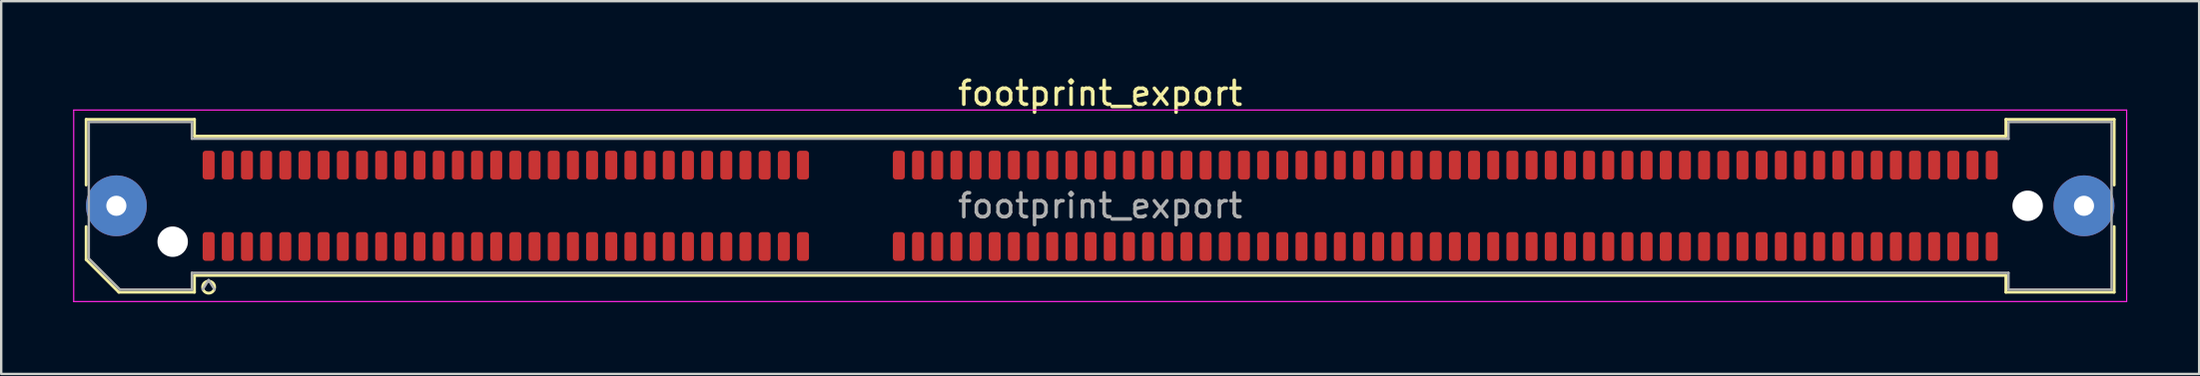
<source format=kicad_pcb>
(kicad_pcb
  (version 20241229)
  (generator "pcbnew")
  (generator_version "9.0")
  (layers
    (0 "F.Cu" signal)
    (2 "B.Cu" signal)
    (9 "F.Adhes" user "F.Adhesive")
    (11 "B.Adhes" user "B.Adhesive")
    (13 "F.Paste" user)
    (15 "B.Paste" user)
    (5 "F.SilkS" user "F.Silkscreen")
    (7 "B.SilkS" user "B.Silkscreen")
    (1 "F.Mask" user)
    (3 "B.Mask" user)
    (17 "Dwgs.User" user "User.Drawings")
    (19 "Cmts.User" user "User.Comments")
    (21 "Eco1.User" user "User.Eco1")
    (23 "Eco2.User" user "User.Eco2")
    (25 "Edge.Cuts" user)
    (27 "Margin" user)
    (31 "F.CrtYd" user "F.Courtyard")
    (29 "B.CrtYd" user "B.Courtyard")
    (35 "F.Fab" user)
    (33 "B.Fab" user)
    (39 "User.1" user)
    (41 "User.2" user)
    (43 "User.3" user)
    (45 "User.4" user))
  (footprint "footprint_export"
    (layer "F.Cu")
    (at 42.855 5.548)
    (property "Reference" "footprint_export" (at 0 -4.7 0) (layer "F.SilkS") (effects (font (size 1 1) (thickness 0.15))))
    (attr smd)
    (fp_line (start -42.31 -3.61) (end -37.79 -3.61) (stroke (width 0.12) (type solid)) (layer "F.SilkS"))
    (fp_line (start -42.31 -0.868) (end -42.31 -3.61) (stroke (width 0.12) (type solid)) (layer "F.SilkS"))
    (fp_line (start -42.31 2.246) (end -42.31 0.868) (stroke (width 0.12) (type solid)) (layer "F.SilkS"))
    (fp_line (start -40.946 3.61) (end -42.31 2.246) (stroke (width 0.12) (type solid)) (layer "F.SilkS"))
    (fp_line (start -37.79 -3.61) (end -37.79 -2.91) (stroke (width 0.12) (type solid)) (layer "F.SilkS"))
    (fp_line (start -37.79 -2.91) (end 37.79 -2.91) (stroke (width 0.12) (type solid)) (layer "F.SilkS"))
    (fp_line (start -37.79 2.91) (end -37.79 3.61) (stroke (width 0.12) (type solid)) (layer "F.SilkS"))
    (fp_line (start -37.79 3.61) (end -40.946 3.61) (stroke (width 0.12) (type solid)) (layer "F.SilkS"))
    (fp_line (start 37.79 -3.61) (end 42.31 -3.61) (stroke (width 0.12) (type solid)) (layer "F.SilkS"))
    (fp_line (start 37.79 -2.91) (end 37.79 -3.61) (stroke (width 0.12) (type solid)) (layer "F.SilkS"))
    (fp_line (start 37.79 2.91) (end -37.79 2.91) (stroke (width 0.12) (type solid)) (layer "F.SilkS"))
    (fp_line (start 37.79 3.61) (end 37.79 2.91) (stroke (width 0.12) (type solid)) (layer "F.SilkS"))
    (fp_line (start 42.31 -3.61) (end 42.31 -0.868) (stroke (width 0.12) (type solid)) (layer "F.SilkS"))
    (fp_line (start 42.31 0.868) (end 42.31 3.61) (stroke (width 0.12) (type solid)) (layer "F.SilkS"))
    (fp_line (start 42.31 3.61) (end 37.79 3.61) (stroke (width 0.12) (type solid)) (layer "F.SilkS"))
    (fp_arc (start -36.95 3.4) (mid -37.45 3.4) (end -36.95 3.4) (stroke (width 0.12) (type solid)) (layer "F.SilkS"))
    (fp_line (start -42.83 -4) (end -42.83 4) (stroke (width 0.05) (type solid)) (layer "F.CrtYd"))
    (fp_line (start -42.83 4) (end 42.83 4) (stroke (width 0.05) (type solid)) (layer "F.CrtYd"))
    (fp_line (start 42.83 -4) (end -42.83 -4) (stroke (width 0.05) (type solid)) (layer "F.CrtYd"))
    (fp_line (start 42.83 4) (end 42.83 -4) (stroke (width 0.05) (type solid)) (layer "F.CrtYd"))
    (fp_line (start -42.2 -3.5) (end -37.9 -3.5) (stroke (width 0.1) (type solid)) (layer "F.Fab"))
    (fp_line (start -42.2 2.2) (end -42.2 -3.5) (stroke (width 0.1) (type solid)) (layer "F.Fab"))
    (fp_line (start -40.9 3.5) (end -42.2 2.2) (stroke (width 0.1) (type solid)) (layer "F.Fab"))
    (fp_line (start -37.9 -3.5) (end -37.9 -2.8) (stroke (width 0.1) (type solid)) (layer "F.Fab"))
    (fp_line (start -37.9 -2.8) (end 37.9 -2.8) (stroke (width 0.1) (type solid)) (layer "F.Fab"))
    (fp_line (start -37.9 2.8) (end -37.9 3.5) (stroke (width 0.1) (type solid)) (layer "F.Fab"))
    (fp_line (start -37.9 3.5) (end -40.9 3.5) (stroke (width 0.1) (type solid)) (layer "F.Fab"))
    (fp_line (start -37.2 3.1) (end -37.45 3.5) (stroke (width 0.1) (type solid)) (layer "F.Fab"))
    (fp_line (start -37.2 3.1) (end -36.95 3.5) (stroke (width 0.1) (type solid)) (layer "F.Fab"))
    (fp_line (start 37.9 -3.5) (end 42.2 -3.5) (stroke (width 0.1) (type solid)) (layer "F.Fab"))
    (fp_line (start 37.9 -2.8) (end 37.9 -3.5) (stroke (width 0.1) (type solid)) (layer "F.Fab"))
    (fp_line (start 37.9 2.8) (end -37.9 2.8) (stroke (width 0.1) (type solid)) (layer "F.Fab"))
    (fp_line (start 37.9 3.5) (end 37.9 2.8) (stroke (width 0.1) (type solid)) (layer "F.Fab"))
    (fp_line (start 42.2 -3.5) (end 42.2 3.5) (stroke (width 0.1) (type solid)) (layer "F.Fab"))
    (fp_line (start 42.2 3.5) (end 37.9 3.5) (stroke (width 0.1) (type solid)) (layer "F.Fab"))
    (fp_text user "${REFERENCE}" (at 0 0 0) (layer "F.Fab") (effects (font (size 1 1) (thickness 0.15))))
    (pad "" thru_hole circle (at -41.05 0) (size 2.54 2.54) (drill 0.84) (layers "*.Cu" "*.Mask" "F.Paste"))
    (pad "" np_thru_hole circle (at -38.7 1.5) (size 1.27 1.27) (drill 1.27) (layers "*.Cu" "*.Mask"))
    (pad "" np_thru_hole circle (at 38.7 0) (size 1.27 1.27) (drill 1.27) (layers "*.Cu" "*.Mask"))
    (pad "" thru_hole circle (at 41.05 0) (size 2.54 2.54) (drill 0.84) (layers "*.Cu" "*.Mask" "F.Paste"))
    (pad "1" smd roundrect (at -37.2 1.7) (size 0.5 1.2) (layers "F.Cu" "F.Mask" "F.Paste") (roundrect_rratio 0.25))
    (pad "2" smd roundrect (at -37.2 -1.7) (size 0.5 1.2) (layers "F.Cu" "F.Mask" "F.Paste") (roundrect_rratio 0.25))
    (pad "3" smd roundrect (at -36.4 1.7) (size 0.5 1.2) (layers "F.Cu" "F.Mask" "F.Paste") (roundrect_rratio 0.25))
    (pad "4" smd roundrect (at -36.4 -1.7) (size 0.5 1.2) (layers "F.Cu" "F.Mask" "F.Paste") (roundrect_rratio 0.25))
    (pad "5" smd roundrect (at -35.6 1.7) (size 0.5 1.2) (layers "F.Cu" "F.Mask" "F.Paste") (roundrect_rratio 0.25))
    (pad "6" smd roundrect (at -35.6 -1.7) (size 0.5 1.2) (layers "F.Cu" "F.Mask" "F.Paste") (roundrect_rratio 0.25))
    (pad "7" smd roundrect (at -34.8 1.7) (size 0.5 1.2) (layers "F.Cu" "F.Mask" "F.Paste") (roundrect_rratio 0.25))
    (pad "8" smd roundrect (at -34.8 -1.7) (size 0.5 1.2) (layers "F.Cu" "F.Mask" "F.Paste") (roundrect_rratio 0.25))
    (pad "9" smd roundrect (at -34 1.7) (size 0.5 1.2) (layers "F.Cu" "F.Mask" "F.Paste") (roundrect_rratio 0.25))
    (pad "10" smd roundrect (at -34 -1.7) (size 0.5 1.2) (layers "F.Cu" "F.Mask" "F.Paste") (roundrect_rratio 0.25))
    (pad "11" smd roundrect (at -33.2 1.7) (size 0.5 1.2) (layers "F.Cu" "F.Mask" "F.Paste") (roundrect_rratio 0.25))
    (pad "12" smd roundrect (at -33.2 -1.7) (size 0.5 1.2) (layers "F.Cu" "F.Mask" "F.Paste") (roundrect_rratio 0.25))
    (pad "13" smd roundrect (at -32.4 1.7) (size 0.5 1.2) (layers "F.Cu" "F.Mask" "F.Paste") (roundrect_rratio 0.25))
    (pad "14" smd roundrect (at -32.4 -1.7) (size 0.5 1.2) (layers "F.Cu" "F.Mask" "F.Paste") (roundrect_rratio 0.25))
    (pad "15" smd roundrect (at -31.6 1.7) (size 0.5 1.2) (layers "F.Cu" "F.Mask" "F.Paste") (roundrect_rratio 0.25))
    (pad "16" smd roundrect (at -31.6 -1.7) (size 0.5 1.2) (layers "F.Cu" "F.Mask" "F.Paste") (roundrect_rratio 0.25))
    (pad "17" smd roundrect (at -30.8 1.7) (size 0.5 1.2) (layers "F.Cu" "F.Mask" "F.Paste") (roundrect_rratio 0.25))
    (pad "18" smd roundrect (at -30.8 -1.7) (size 0.5 1.2) (layers "F.Cu" "F.Mask" "F.Paste") (roundrect_rratio 0.25))
    (pad "19" smd roundrect (at -30 1.7) (size 0.5 1.2) (layers "F.Cu" "F.Mask" "F.Paste") (roundrect_rratio 0.25))
    (pad "20" smd roundrect (at -30 -1.7) (size 0.5 1.2) (layers "F.Cu" "F.Mask" "F.Paste") (roundrect_rratio 0.25))
    (pad "21" smd roundrect (at -29.2 1.7) (size 0.5 1.2) (layers "F.Cu" "F.Mask" "F.Paste") (roundrect_rratio 0.25))
    (pad "22" smd roundrect (at -29.2 -1.7) (size 0.5 1.2) (layers "F.Cu" "F.Mask" "F.Paste") (roundrect_rratio 0.25))
    (pad "23" smd roundrect (at -28.4 1.7) (size 0.5 1.2) (layers "F.Cu" "F.Mask" "F.Paste") (roundrect_rratio 0.25))
    (pad "24" smd roundrect (at -28.4 -1.7) (size 0.5 1.2) (layers "F.Cu" "F.Mask" "F.Paste") (roundrect_rratio 0.25))
    (pad "25" smd roundrect (at -27.6 1.7) (size 0.5 1.2) (layers "F.Cu" "F.Mask" "F.Paste") (roundrect_rratio 0.25))
    (pad "26" smd roundrect (at -27.6 -1.7) (size 0.5 1.2) (layers "F.Cu" "F.Mask" "F.Paste") (roundrect_rratio 0.25))
    (pad "27" smd roundrect (at -26.8 1.7) (size 0.5 1.2) (layers "F.Cu" "F.Mask" "F.Paste") (roundrect_rratio 0.25))
    (pad "28" smd roundrect (at -26.8 -1.7) (size 0.5 1.2) (layers "F.Cu" "F.Mask" "F.Paste") (roundrect_rratio 0.25))
    (pad "29" smd roundrect (at -26 1.7) (size 0.5 1.2) (layers "F.Cu" "F.Mask" "F.Paste") (roundrect_rratio 0.25))
    (pad "30" smd roundrect (at -26 -1.7) (size 0.5 1.2) (layers "F.Cu" "F.Mask" "F.Paste") (roundrect_rratio 0.25))
    (pad "31" smd roundrect (at -25.2 1.7) (size 0.5 1.2) (layers "F.Cu" "F.Mask" "F.Paste") (roundrect_rratio 0.25))
    (pad "32" smd roundrect (at -25.2 -1.7) (size 0.5 1.2) (layers "F.Cu" "F.Mask" "F.Paste") (roundrect_rratio 0.25))
    (pad "33" smd roundrect (at -24.4 1.7) (size 0.5 1.2) (layers "F.Cu" "F.Mask" "F.Paste") (roundrect_rratio 0.25))
    (pad "34" smd roundrect (at -24.4 -1.7) (size 0.5 1.2) (layers "F.Cu" "F.Mask" "F.Paste") (roundrect_rratio 0.25))
    (pad "35" smd roundrect (at -23.6 1.7) (size 0.5 1.2) (layers "F.Cu" "F.Mask" "F.Paste") (roundrect_rratio 0.25))
    (pad "36" smd roundrect (at -23.6 -1.7) (size 0.5 1.2) (layers "F.Cu" "F.Mask" "F.Paste") (roundrect_rratio 0.25))
    (pad "37" smd roundrect (at -22.8 1.7) (size 0.5 1.2) (layers "F.Cu" "F.Mask" "F.Paste") (roundrect_rratio 0.25))
    (pad "38" smd roundrect (at -22.8 -1.7) (size 0.5 1.2) (layers "F.Cu" "F.Mask" "F.Paste") (roundrect_rratio 0.25))
    (pad "39" smd roundrect (at -22 1.7) (size 0.5 1.2) (layers "F.Cu" "F.Mask" "F.Paste") (roundrect_rratio 0.25))
    (pad "40" smd roundrect (at -22 -1.7) (size 0.5 1.2) (layers "F.Cu" "F.Mask" "F.Paste") (roundrect_rratio 0.25))
    (pad "41" smd roundrect (at -21.2 1.7) (size 0.5 1.2) (layers "F.Cu" "F.Mask" "F.Paste") (roundrect_rratio 0.25))
    (pad "42" smd roundrect (at -21.2 -1.7) (size 0.5 1.2) (layers "F.Cu" "F.Mask" "F.Paste") (roundrect_rratio 0.25))
    (pad "43" smd roundrect (at -20.4 1.7) (size 0.5 1.2) (layers "F.Cu" "F.Mask" "F.Paste") (roundrect_rratio 0.25))
    (pad "44" smd roundrect (at -20.4 -1.7) (size 0.5 1.2) (layers "F.Cu" "F.Mask" "F.Paste") (roundrect_rratio 0.25))
    (pad "45" smd roundrect (at -19.6 1.7) (size 0.5 1.2) (layers "F.Cu" "F.Mask" "F.Paste") (roundrect_rratio 0.25))
    (pad "46" smd roundrect (at -19.6 -1.7) (size 0.5 1.2) (layers "F.Cu" "F.Mask" "F.Paste") (roundrect_rratio 0.25))
    (pad "47" smd roundrect (at -18.8 1.7) (size 0.5 1.2) (layers "F.Cu" "F.Mask" "F.Paste") (roundrect_rratio 0.25))
    (pad "48" smd roundrect (at -18.8 -1.7) (size 0.5 1.2) (layers "F.Cu" "F.Mask" "F.Paste") (roundrect_rratio 0.25))
    (pad "49" smd roundrect (at -18 1.7) (size 0.5 1.2) (layers "F.Cu" "F.Mask" "F.Paste") (roundrect_rratio 0.25))
    (pad "50" smd roundrect (at -18 -1.7) (size 0.5 1.2) (layers "F.Cu" "F.Mask" "F.Paste") (roundrect_rratio 0.25))
    (pad "51" smd roundrect (at -17.2 1.7) (size 0.5 1.2) (layers "F.Cu" "F.Mask" "F.Paste") (roundrect_rratio 0.25))
    (pad "52" smd roundrect (at -17.2 -1.7) (size 0.5 1.2) (layers "F.Cu" "F.Mask" "F.Paste") (roundrect_rratio 0.25))
    (pad "53" smd roundrect (at -16.4 1.7) (size 0.5 1.2) (layers "F.Cu" "F.Mask" "F.Paste") (roundrect_rratio 0.25))
    (pad "54" smd roundrect (at -16.4 -1.7) (size 0.5 1.2) (layers "F.Cu" "F.Mask" "F.Paste") (roundrect_rratio 0.25))
    (pad "55" smd roundrect (at -15.6 1.7) (size 0.5 1.2) (layers "F.Cu" "F.Mask" "F.Paste") (roundrect_rratio 0.25))
    (pad "56" smd roundrect (at -15.6 -1.7) (size 0.5 1.2) (layers "F.Cu" "F.Mask" "F.Paste") (roundrect_rratio 0.25))
    (pad "57" smd roundrect (at -14.8 1.7) (size 0.5 1.2) (layers "F.Cu" "F.Mask" "F.Paste") (roundrect_rratio 0.25))
    (pad "58" smd roundrect (at -14.8 -1.7) (size 0.5 1.2) (layers "F.Cu" "F.Mask" "F.Paste") (roundrect_rratio 0.25))
    (pad "59" smd roundrect (at -14 1.7) (size 0.5 1.2) (layers "F.Cu" "F.Mask" "F.Paste") (roundrect_rratio 0.25))
    (pad "60" smd roundrect (at -14 -1.7) (size 0.5 1.2) (layers "F.Cu" "F.Mask" "F.Paste") (roundrect_rratio 0.25))
    (pad "61" smd roundrect (at -13.2 1.7) (size 0.5 1.2) (layers "F.Cu" "F.Mask" "F.Paste") (roundrect_rratio 0.25))
    (pad "62" smd roundrect (at -13.2 -1.7) (size 0.5 1.2) (layers "F.Cu" "F.Mask" "F.Paste") (roundrect_rratio 0.25))
    (pad "63" smd roundrect (at -12.4 1.7) (size 0.5 1.2) (layers "F.Cu" "F.Mask" "F.Paste") (roundrect_rratio 0.25))
    (pad "64" smd roundrect (at -12.4 -1.7) (size 0.5 1.2) (layers "F.Cu" "F.Mask" "F.Paste") (roundrect_rratio 0.25))
    (pad "65" smd roundrect (at -8.4 1.7) (size 0.5 1.2) (layers "F.Cu" "F.Mask" "F.Paste") (roundrect_rratio 0.25))
    (pad "66" smd roundrect (at -8.4 -1.7) (size 0.5 1.2) (layers "F.Cu" "F.Mask" "F.Paste") (roundrect_rratio 0.25))
    (pad "67" smd roundrect (at -7.6 1.7) (size 0.5 1.2) (layers "F.Cu" "F.Mask" "F.Paste") (roundrect_rratio 0.25))
    (pad "68" smd roundrect (at -7.6 -1.7) (size 0.5 1.2) (layers "F.Cu" "F.Mask" "F.Paste") (roundrect_rratio 0.25))
    (pad "69" smd roundrect (at -6.8 1.7) (size 0.5 1.2) (layers "F.Cu" "F.Mask" "F.Paste") (roundrect_rratio 0.25))
    (pad "70" smd roundrect (at -6.8 -1.7) (size 0.5 1.2) (layers "F.Cu" "F.Mask" "F.Paste") (roundrect_rratio 0.25))
    (pad "71" smd roundrect (at -6 1.7) (size 0.5 1.2) (layers "F.Cu" "F.Mask" "F.Paste") (roundrect_rratio 0.25))
    (pad "72" smd roundrect (at -6 -1.7) (size 0.5 1.2) (layers "F.Cu" "F.Mask" "F.Paste") (roundrect_rratio 0.25))
    (pad "73" smd roundrect (at -5.2 1.7) (size 0.5 1.2) (layers "F.Cu" "F.Mask" "F.Paste") (roundrect_rratio 0.25))
    (pad "74" smd roundrect (at -5.2 -1.7) (size 0.5 1.2) (layers "F.Cu" "F.Mask" "F.Paste") (roundrect_rratio 0.25))
    (pad "75" smd roundrect (at -4.4 1.7) (size 0.5 1.2) (layers "F.Cu" "F.Mask" "F.Paste") (roundrect_rratio 0.25))
    (pad "76" smd roundrect (at -4.4 -1.7) (size 0.5 1.2) (layers "F.Cu" "F.Mask" "F.Paste") (roundrect_rratio 0.25))
    (pad "77" smd roundrect (at -3.6 1.7) (size 0.5 1.2) (layers "F.Cu" "F.Mask" "F.Paste") (roundrect_rratio 0.25))
    (pad "78" smd roundrect (at -3.6 -1.7) (size 0.5 1.2) (layers "F.Cu" "F.Mask" "F.Paste") (roundrect_rratio 0.25))
    (pad "79" smd roundrect (at -2.8 1.7) (size 0.5 1.2) (layers "F.Cu" "F.Mask" "F.Paste") (roundrect_rratio 0.25))
    (pad "80" smd roundrect (at -2.8 -1.7) (size 0.5 1.2) (layers "F.Cu" "F.Mask" "F.Paste") (roundrect_rratio 0.25))
    (pad "81" smd roundrect (at -2 1.7) (size 0.5 1.2) (layers "F.Cu" "F.Mask" "F.Paste") (roundrect_rratio 0.25))
    (pad "82" smd roundrect (at -2 -1.7) (size 0.5 1.2) (layers "F.Cu" "F.Mask" "F.Paste") (roundrect_rratio 0.25))
    (pad "83" smd roundrect (at -1.2 1.7) (size 0.5 1.2) (layers "F.Cu" "F.Mask" "F.Paste") (roundrect_rratio 0.25))
    (pad "84" smd roundrect (at -1.2 -1.7) (size 0.5 1.2) (layers "F.Cu" "F.Mask" "F.Paste") (roundrect_rratio 0.25))
    (pad "85" smd roundrect (at -0.4 1.7) (size 0.5 1.2) (layers "F.Cu" "F.Mask" "F.Paste") (roundrect_rratio 0.25))
    (pad "86" smd roundrect (at -0.4 -1.7) (size 0.5 1.2) (layers "F.Cu" "F.Mask" "F.Paste") (roundrect_rratio 0.25))
    (pad "87" smd roundrect (at 0.4 1.7) (size 0.5 1.2) (layers "F.Cu" "F.Mask" "F.Paste") (roundrect_rratio 0.25))
    (pad "88" smd roundrect (at 0.4 -1.7) (size 0.5 1.2) (layers "F.Cu" "F.Mask" "F.Paste") (roundrect_rratio 0.25))
    (pad "89" smd roundrect (at 1.2 1.7) (size 0.5 1.2) (layers "F.Cu" "F.Mask" "F.Paste") (roundrect_rratio 0.25))
    (pad "90" smd roundrect (at 1.2 -1.7) (size 0.5 1.2) (layers "F.Cu" "F.Mask" "F.Paste") (roundrect_rratio 0.25))
    (pad "91" smd roundrect (at 2 1.7) (size 0.5 1.2) (layers "F.Cu" "F.Mask" "F.Paste") (roundrect_rratio 0.25))
    (pad "92" smd roundrect (at 2 -1.7) (size 0.5 1.2) (layers "F.Cu" "F.Mask" "F.Paste") (roundrect_rratio 0.25))
    (pad "93" smd roundrect (at 2.8 1.7) (size 0.5 1.2) (layers "F.Cu" "F.Mask" "F.Paste") (roundrect_rratio 0.25))
    (pad "94" smd roundrect (at 2.8 -1.7) (size 0.5 1.2) (layers "F.Cu" "F.Mask" "F.Paste") (roundrect_rratio 0.25))
    (pad "95" smd roundrect (at 3.6 1.7) (size 0.5 1.2) (layers "F.Cu" "F.Mask" "F.Paste") (roundrect_rratio 0.25))
    (pad "96" smd roundrect (at 3.6 -1.7) (size 0.5 1.2) (layers "F.Cu" "F.Mask" "F.Paste") (roundrect_rratio 0.25))
    (pad "97" smd roundrect (at 4.4 1.7) (size 0.5 1.2) (layers "F.Cu" "F.Mask" "F.Paste") (roundrect_rratio 0.25))
    (pad "98" smd roundrect (at 4.4 -1.7) (size 0.5 1.2) (layers "F.Cu" "F.Mask" "F.Paste") (roundrect_rratio 0.25))
    (pad "99" smd roundrect (at 5.2 1.7) (size 0.5 1.2) (layers "F.Cu" "F.Mask" "F.Paste") (roundrect_rratio 0.25))
    (pad "100" smd roundrect (at 5.2 -1.7) (size 0.5 1.2) (layers "F.Cu" "F.Mask" "F.Paste") (roundrect_rratio 0.25))
    (pad "101" smd roundrect (at 6 1.7) (size 0.5 1.2) (layers "F.Cu" "F.Mask" "F.Paste") (roundrect_rratio 0.25))
    (pad "102" smd roundrect (at 6 -1.7) (size 0.5 1.2) (layers "F.Cu" "F.Mask" "F.Paste") (roundrect_rratio 0.25))
    (pad "103" smd roundrect (at 6.8 1.7) (size 0.5 1.2) (layers "F.Cu" "F.Mask" "F.Paste") (roundrect_rratio 0.25))
    (pad "104" smd roundrect (at 6.8 -1.7) (size 0.5 1.2) (layers "F.Cu" "F.Mask" "F.Paste") (roundrect_rratio 0.25))
    (pad "105" smd roundrect (at 7.6 1.7) (size 0.5 1.2) (layers "F.Cu" "F.Mask" "F.Paste") (roundrect_rratio 0.25))
    (pad "106" smd roundrect (at 7.6 -1.7) (size 0.5 1.2) (layers "F.Cu" "F.Mask" "F.Paste") (roundrect_rratio 0.25))
    (pad "107" smd roundrect (at 8.4 1.7) (size 0.5 1.2) (layers "F.Cu" "F.Mask" "F.Paste") (roundrect_rratio 0.25))
    (pad "108" smd roundrect (at 8.4 -1.7) (size 0.5 1.2) (layers "F.Cu" "F.Mask" "F.Paste") (roundrect_rratio 0.25))
    (pad "109" smd roundrect (at 9.2 1.7) (size 0.5 1.2) (layers "F.Cu" "F.Mask" "F.Paste") (roundrect_rratio 0.25))
    (pad "110" smd roundrect (at 9.2 -1.7) (size 0.5 1.2) (layers "F.Cu" "F.Mask" "F.Paste") (roundrect_rratio 0.25))
    (pad "111" smd roundrect (at 10 1.7) (size 0.5 1.2) (layers "F.Cu" "F.Mask" "F.Paste") (roundrect_rratio 0.25))
    (pad "112" smd roundrect (at 10 -1.7) (size 0.5 1.2) (layers "F.Cu" "F.Mask" "F.Paste") (roundrect_rratio 0.25))
    (pad "113" smd roundrect (at 10.8 1.7) (size 0.5 1.2) (layers "F.Cu" "F.Mask" "F.Paste") (roundrect_rratio 0.25))
    (pad "114" smd roundrect (at 10.8 -1.7) (size 0.5 1.2) (layers "F.Cu" "F.Mask" "F.Paste") (roundrect_rratio 0.25))
    (pad "115" smd roundrect (at 11.6 1.7) (size 0.5 1.2) (layers "F.Cu" "F.Mask" "F.Paste") (roundrect_rratio 0.25))
    (pad "116" smd roundrect (at 11.6 -1.7) (size 0.5 1.2) (layers "F.Cu" "F.Mask" "F.Paste") (roundrect_rratio 0.25))
    (pad "117" smd roundrect (at 12.4 1.7) (size 0.5 1.2) (layers "F.Cu" "F.Mask" "F.Paste") (roundrect_rratio 0.25))
    (pad "118" smd roundrect (at 12.4 -1.7) (size 0.5 1.2) (layers "F.Cu" "F.Mask" "F.Paste") (roundrect_rratio 0.25))
    (pad "119" smd roundrect (at 13.2 1.7) (size 0.5 1.2) (layers "F.Cu" "F.Mask" "F.Paste") (roundrect_rratio 0.25))
    (pad "120" smd roundrect (at 13.2 -1.7) (size 0.5 1.2) (layers "F.Cu" "F.Mask" "F.Paste") (roundrect_rratio 0.25))
    (pad "121" smd roundrect (at 14 1.7) (size 0.5 1.2) (layers "F.Cu" "F.Mask" "F.Paste") (roundrect_rratio 0.25))
    (pad "122" smd roundrect (at 14 -1.7) (size 0.5 1.2) (layers "F.Cu" "F.Mask" "F.Paste") (roundrect_rratio 0.25))
    (pad "123" smd roundrect (at 14.8 1.7) (size 0.5 1.2) (layers "F.Cu" "F.Mask" "F.Paste") (roundrect_rratio 0.25))
    (pad "124" smd roundrect (at 14.8 -1.7) (size 0.5 1.2) (layers "F.Cu" "F.Mask" "F.Paste") (roundrect_rratio 0.25))
    (pad "125" smd roundrect (at 15.6 1.7) (size 0.5 1.2) (layers "F.Cu" "F.Mask" "F.Paste") (roundrect_rratio 0.25))
    (pad "126" smd roundrect (at 15.6 -1.7) (size 0.5 1.2) (layers "F.Cu" "F.Mask" "F.Paste") (roundrect_rratio 0.25))
    (pad "127" smd roundrect (at 16.4 1.7) (size 0.5 1.2) (layers "F.Cu" "F.Mask" "F.Paste") (roundrect_rratio 0.25))
    (pad "128" smd roundrect (at 16.4 -1.7) (size 0.5 1.2) (layers "F.Cu" "F.Mask" "F.Paste") (roundrect_rratio 0.25))
    (pad "129" smd roundrect (at 17.2 1.7) (size 0.5 1.2) (layers "F.Cu" "F.Mask" "F.Paste") (roundrect_rratio 0.25))
    (pad "130" smd roundrect (at 17.2 -1.7) (size 0.5 1.2) (layers "F.Cu" "F.Mask" "F.Paste") (roundrect_rratio 0.25))
    (pad "131" smd roundrect (at 18 1.7) (size 0.5 1.2) (layers "F.Cu" "F.Mask" "F.Paste") (roundrect_rratio 0.25))
    (pad "132" smd roundrect (at 18 -1.7) (size 0.5 1.2) (layers "F.Cu" "F.Mask" "F.Paste") (roundrect_rratio 0.25))
    (pad "133" smd roundrect (at 18.8 1.7) (size 0.5 1.2) (layers "F.Cu" "F.Mask" "F.Paste") (roundrect_rratio 0.25))
    (pad "134" smd roundrect (at 18.8 -1.7) (size 0.5 1.2) (layers "F.Cu" "F.Mask" "F.Paste") (roundrect_rratio 0.25))
    (pad "135" smd roundrect (at 19.6 1.7) (size 0.5 1.2) (layers "F.Cu" "F.Mask" "F.Paste") (roundrect_rratio 0.25))
    (pad "136" smd roundrect (at 19.6 -1.7) (size 0.5 1.2) (layers "F.Cu" "F.Mask" "F.Paste") (roundrect_rratio 0.25))
    (pad "137" smd roundrect (at 20.4 1.7) (size 0.5 1.2) (layers "F.Cu" "F.Mask" "F.Paste") (roundrect_rratio 0.25))
    (pad "138" smd roundrect (at 20.4 -1.7) (size 0.5 1.2) (layers "F.Cu" "F.Mask" "F.Paste") (roundrect_rratio 0.25))
    (pad "139" smd roundrect (at 21.2 1.7) (size 0.5 1.2) (layers "F.Cu" "F.Mask" "F.Paste") (roundrect_rratio 0.25))
    (pad "140" smd roundrect (at 21.2 -1.7) (size 0.5 1.2) (layers "F.Cu" "F.Mask" "F.Paste") (roundrect_rratio 0.25))
    (pad "141" smd roundrect (at 22 1.7) (size 0.5 1.2) (layers "F.Cu" "F.Mask" "F.Paste") (roundrect_rratio 0.25))
    (pad "142" smd roundrect (at 22 -1.7) (size 0.5 1.2) (layers "F.Cu" "F.Mask" "F.Paste") (roundrect_rratio 0.25))
    (pad "143" smd roundrect (at 22.8 1.7) (size 0.5 1.2) (layers "F.Cu" "F.Mask" "F.Paste") (roundrect_rratio 0.25))
    (pad "144" smd roundrect (at 22.8 -1.7) (size 0.5 1.2) (layers "F.Cu" "F.Mask" "F.Paste") (roundrect_rratio 0.25))
    (pad "145" smd roundrect (at 23.6 1.7) (size 0.5 1.2) (layers "F.Cu" "F.Mask" "F.Paste") (roundrect_rratio 0.25))
    (pad "146" smd roundrect (at 23.6 -1.7) (size 0.5 1.2) (layers "F.Cu" "F.Mask" "F.Paste") (roundrect_rratio 0.25))
    (pad "147" smd roundrect (at 24.4 1.7) (size 0.5 1.2) (layers "F.Cu" "F.Mask" "F.Paste") (roundrect_rratio 0.25))
    (pad "148" smd roundrect (at 24.4 -1.7) (size 0.5 1.2) (layers "F.Cu" "F.Mask" "F.Paste") (roundrect_rratio 0.25))
    (pad "149" smd roundrect (at 25.2 1.7) (size 0.5 1.2) (layers "F.Cu" "F.Mask" "F.Paste") (roundrect_rratio 0.25))
    (pad "150" smd roundrect (at 25.2 -1.7) (size 0.5 1.2) (layers "F.Cu" "F.Mask" "F.Paste") (roundrect_rratio 0.25))
    (pad "151" smd roundrect (at 26 1.7) (size 0.5 1.2) (layers "F.Cu" "F.Mask" "F.Paste") (roundrect_rratio 0.25))
    (pad "152" smd roundrect (at 26 -1.7) (size 0.5 1.2) (layers "F.Cu" "F.Mask" "F.Paste") (roundrect_rratio 0.25))
    (pad "153" smd roundrect (at 26.8 1.7) (size 0.5 1.2) (layers "F.Cu" "F.Mask" "F.Paste") (roundrect_rratio 0.25))
    (pad "154" smd roundrect (at 26.8 -1.7) (size 0.5 1.2) (layers "F.Cu" "F.Mask" "F.Paste") (roundrect_rratio 0.25))
    (pad "155" smd roundrect (at 27.6 1.7) (size 0.5 1.2) (layers "F.Cu" "F.Mask" "F.Paste") (roundrect_rratio 0.25))
    (pad "156" smd roundrect (at 27.6 -1.7) (size 0.5 1.2) (layers "F.Cu" "F.Mask" "F.Paste") (roundrect_rratio 0.25))
    (pad "157" smd roundrect (at 28.4 1.7) (size 0.5 1.2) (layers "F.Cu" "F.Mask" "F.Paste") (roundrect_rratio 0.25))
    (pad "158" smd roundrect (at 28.4 -1.7) (size 0.5 1.2) (layers "F.Cu" "F.Mask" "F.Paste") (roundrect_rratio 0.25))
    (pad "159" smd roundrect (at 29.2 1.7) (size 0.5 1.2) (layers "F.Cu" "F.Mask" "F.Paste") (roundrect_rratio 0.25))
    (pad "160" smd roundrect (at 29.2 -1.7) (size 0.5 1.2) (layers "F.Cu" "F.Mask" "F.Paste") (roundrect_rratio 0.25))
    (pad "161" smd roundrect (at 30 1.7) (size 0.5 1.2) (layers "F.Cu" "F.Mask" "F.Paste") (roundrect_rratio 0.25))
    (pad "162" smd roundrect (at 30 -1.7) (size 0.5 1.2) (layers "F.Cu" "F.Mask" "F.Paste") (roundrect_rratio 0.25))
    (pad "163" smd roundrect (at 30.8 1.7) (size 0.5 1.2) (layers "F.Cu" "F.Mask" "F.Paste") (roundrect_rratio 0.25))
    (pad "164" smd roundrect (at 30.8 -1.7) (size 0.5 1.2) (layers "F.Cu" "F.Mask" "F.Paste") (roundrect_rratio 0.25))
    (pad "165" smd roundrect (at 31.6 1.7) (size 0.5 1.2) (layers "F.Cu" "F.Mask" "F.Paste") (roundrect_rratio 0.25))
    (pad "166" smd roundrect (at 31.6 -1.7) (size 0.5 1.2) (layers "F.Cu" "F.Mask" "F.Paste") (roundrect_rratio 0.25))
    (pad "167" smd roundrect (at 32.4 1.7) (size 0.5 1.2) (layers "F.Cu" "F.Mask" "F.Paste") (roundrect_rratio 0.25))
    (pad "168" smd roundrect (at 32.4 -1.7) (size 0.5 1.2) (layers "F.Cu" "F.Mask" "F.Paste") (roundrect_rratio 0.25))
    (pad "169" smd roundrect (at 33.2 1.7) (size 0.5 1.2) (layers "F.Cu" "F.Mask" "F.Paste") (roundrect_rratio 0.25))
    (pad "170" smd roundrect (at 33.2 -1.7) (size 0.5 1.2) (layers "F.Cu" "F.Mask" "F.Paste") (roundrect_rratio 0.25))
    (pad "171" smd roundrect (at 34 1.7) (size 0.5 1.2) (layers "F.Cu" "F.Mask" "F.Paste") (roundrect_rratio 0.25))
    (pad "172" smd roundrect (at 34 -1.7) (size 0.5 1.2) (layers "F.Cu" "F.Mask" "F.Paste") (roundrect_rratio 0.25))
    (pad "173" smd roundrect (at 34.8 1.7) (size 0.5 1.2) (layers "F.Cu" "F.Mask" "F.Paste") (roundrect_rratio 0.25))
    (pad "174" smd roundrect (at 34.8 -1.7) (size 0.5 1.2) (layers "F.Cu" "F.Mask" "F.Paste") (roundrect_rratio 0.25))
    (pad "175" smd roundrect (at 35.6 1.7) (size 0.5 1.2) (layers "F.Cu" "F.Mask" "F.Paste") (roundrect_rratio 0.25))
    (pad "176" smd roundrect (at 35.6 -1.7) (size 0.5 1.2) (layers "F.Cu" "F.Mask" "F.Paste") (roundrect_rratio 0.25))
    (pad "177" smd roundrect (at 36.4 1.7) (size 0.5 1.2) (layers "F.Cu" "F.Mask" "F.Paste") (roundrect_rratio 0.25))
    (pad "178" smd roundrect (at 36.4 -1.7) (size 0.5 1.2) (layers "F.Cu" "F.Mask" "F.Paste") (roundrect_rratio 0.25))
    (pad "179" smd roundrect (at 37.2 1.7) (size 0.5 1.2) (layers "F.Cu" "F.Mask" "F.Paste") (roundrect_rratio 0.25))
    (pad "180" smd roundrect (at 37.2 -1.7) (size 0.5 1.2) (layers "F.Cu" "F.Mask" "F.Paste") (roundrect_rratio 0.25)))
  (gr_rect
    (start -3 -3)
    (end 88.71 12.573)
    (stroke (width 0.1) (type default))
    (fill no)
    (layer "Edge.Cuts")))
</source>
